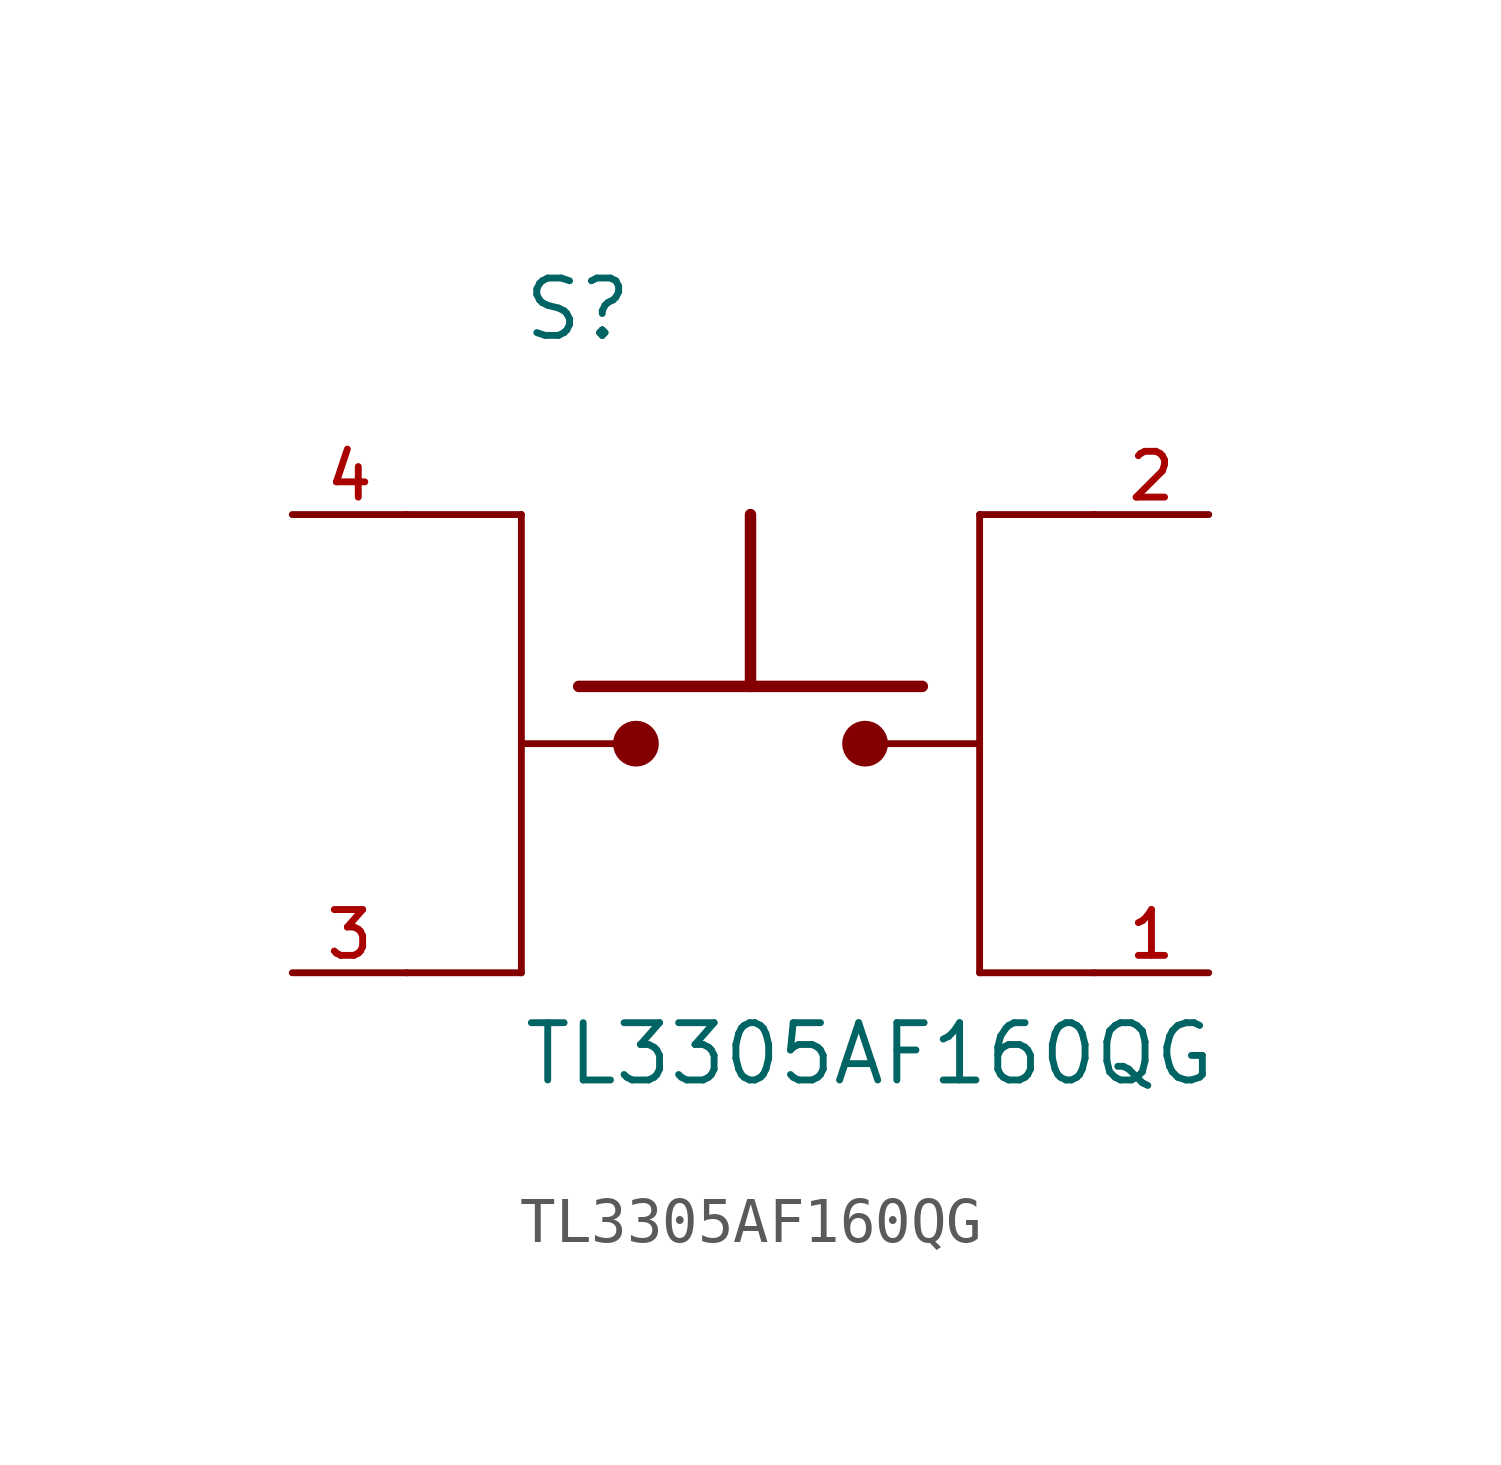
<source format=kicad_sym>
(kicad_symbol_lib
  (version 20241209)
  (generator "kicad_symbol_editor")
  (generator_version "9.0")
  (symbol "TL3305AF160QG"
    (pin_names
      (offset 1.016))
    (property "Reference" "S"
      (at -5.08 8.89 0)
      (effects (font (size 1.27 1.27)) (justify left bottom)))
    (property "Value" "TL3305AF160QG"
      (at -5.08 -7.62 0)
      (effects (font (size 1.27 1.27)) (justify left bottom)))
    (symbol "TL3305AF160QG_0_0"
      (polyline (pts (xy -7.62 5.08) (xy -5.08 5.08)) (stroke (width 0.152) (type default)) (fill (type none)))
      (polyline (pts (xy -7.62 -5.08) (xy -5.08 -5.08)) (stroke (width 0.152) (type default)) (fill (type none)))
      (polyline (pts (xy -5.08 5.08) (xy -5.08 0)) (stroke (width 0.152) (type default)) (fill (type none)))
      (polyline (pts (xy -5.08 0) (xy -2.54 0)) (stroke (width 0.152) (type default)) (fill (type none)))
      (polyline (pts (xy -5.08 -5.08) (xy -5.08 0)) (stroke (width 0.152) (type default)) (fill (type none)))
      (polyline (pts (xy -3.81 1.27) (xy 0 1.27)) (stroke (width 0.254) (type default)) (fill (type none)))
      (circle (center -2.54 0) (radius 0.254) (stroke (width 0.508) (type default)) (fill (type none)))
      (polyline (pts (xy 0 1.27) (xy 0 5.08)) (stroke (width 0.254) (type default)) (fill (type none)))
      (polyline (pts (xy 0 1.27) (xy 3.81 1.27)) (stroke (width 0.254) (type default)) (fill (type none)))
      (circle (center 2.54 0) (radius 0.254) (stroke (width 0.508) (type default)) (fill (type none)))
      (polyline (pts (xy 5.08 5.08) (xy 7.62 5.08)) (stroke (width 0.152) (type default)) (fill (type none)))
      (polyline (pts (xy 5.08 0) (xy 2.54 0)) (stroke (width 0.152) (type default)) (fill (type none)))
      (polyline (pts (xy 5.08 0) (xy 5.08 5.08)) (stroke (width 0.152) (type default)) (fill (type none)))
      (polyline (pts (xy 5.08 -5.08) (xy 5.08 0)) (stroke (width 0.152) (type default)) (fill (type none)))
      (polyline (pts (xy 7.62 -5.08) (xy 5.08 -5.08)) (stroke (width 0.152) (type default)) (fill (type none)))
      (pin passive line (at -10.16 5.08 0) (length 2.54) (name "~" (effects (font (size 1.016 1.016)))) (number "4" (effects (font (size 1.016 1.016)))))
      (pin passive line (at -10.16 -5.08 0) (length 2.54) (name "~" (effects (font (size 1.016 1.016)))) (number "3" (effects (font (size 1.016 1.016)))))
      (pin passive line (at 10.16 5.08 180) (length 2.54) (name "~" (effects (font (size 1.016 1.016)))) (number "2" (effects (font (size 1.016 1.016)))))
      (pin passive line (at 10.16 -5.08 180) (length 2.54) (name "~" (effects (font (size 1.016 1.016)))) (number "1" (effects (font (size 1.016 1.016))))))))
</source>
